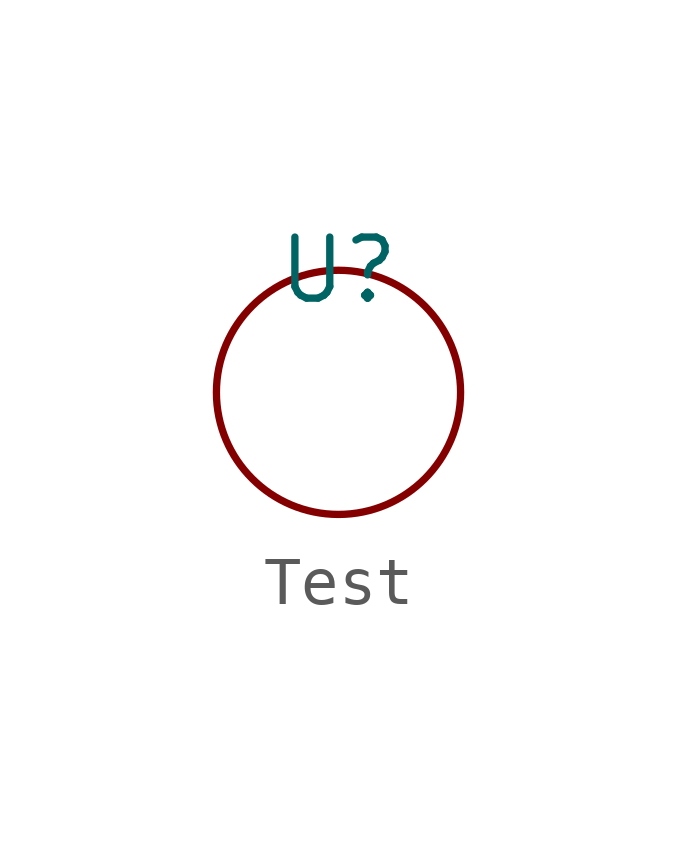
<source format=kicad_sym>
(kicad_symbol_lib
  (version 20241209)
  (generator "kicad_symbol_editor")
  (generator_version "9.0")
  (symbol "Test"
    (property "Reference" "U"
      (at 0 2.54 0)
      (effects (font (size 1.27 1.27))))
    (property "Value" ""
      (at 0 0 0)
      (effects (font (size 1.27 1.27))))
    (symbol "Test_0_1"
      (circle (center 0 0) (radius 2.54) (stroke (width 0) (type default)) (fill (type none))))))
</source>
